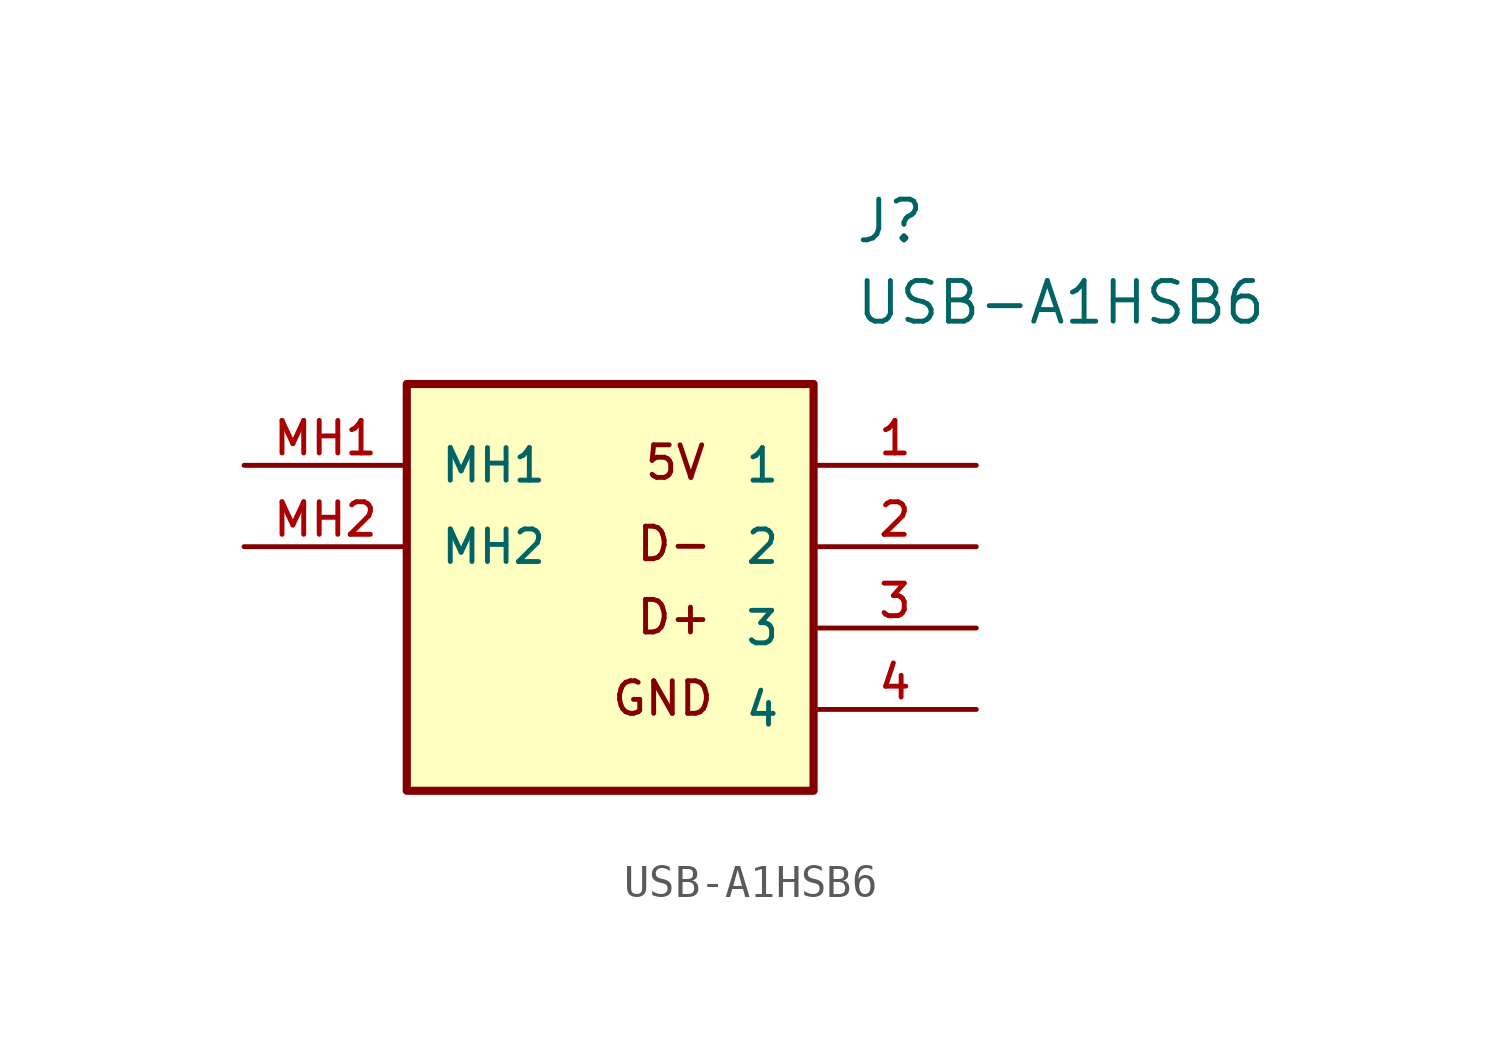
<source format=kicad_sym>
(kicad_symbol_lib
  (version 20220914)
  (generator kicad_symbol_editor)
  (symbol "USB-A1HSB6"
    (pin_names
      (offset 1.016))
    (property "Reference" "J"
      (at 8.89 10.16 0)
      (effects (font (size 1.27 1.27)) (justify left)))
    (property "Value" "USB-A1HSB6"
      (at 8.89 7.62 0)
      (effects (font (size 1.27 1.27)) (justify left)))
    (symbol "USB-A1HSB6_0_0"
      (rectangle (start -5.08 5.08) (end 7.62 -7.62) (stroke (width 0.254) (type default)) (fill (type background)))
      (text "5V" (at 2.286 2.032 0) (effects (font (size 1.016 1.016)) (justify left bottom)))
      (text "D+" (at 2.032 -2.794 0) (effects (font (size 1.016 1.016)) (justify left bottom)))
      (text "D-" (at 2.032 -0.508 0) (effects (font (size 1.016 1.016)) (justify left bottom)))
      (text "GND" (at 1.27 -5.334 0) (effects (font (size 1.016 1.016)) (justify left bottom)))
      (pin bidirectional line (at 12.7 2.54 180) (length 5.08) (name "1" (effects (font (size 1.016 1.016)))) (number "1" (effects (font (size 1.016 1.016)))))
      (pin bidirectional line (at 12.7 0 180) (length 5.08) (name "2" (effects (font (size 1.016 1.016)))) (number "2" (effects (font (size 1.016 1.016)))))
      (pin bidirectional line (at 12.7 -2.54 180) (length 5.08) (name "3" (effects (font (size 1.016 1.016)))) (number "3" (effects (font (size 1.016 1.016)))))
      (pin bidirectional line (at 12.7 -5.08 180) (length 5.08) (name "4" (effects (font (size 1.016 1.016)))) (number "4" (effects (font (size 1.016 1.016)))))
      (pin bidirectional line (at -10.16 2.54 0) (length 5.08) (name "MH1" (effects (font (size 1.016 1.016)))) (number "MH1" (effects (font (size 1.016 1.016)))))
      (pin bidirectional line (at -10.16 0 0) (length 5.08) (name "MH2" (effects (font (size 1.016 1.016)))) (number "MH2" (effects (font (size 1.016 1.016))))))))
</source>
